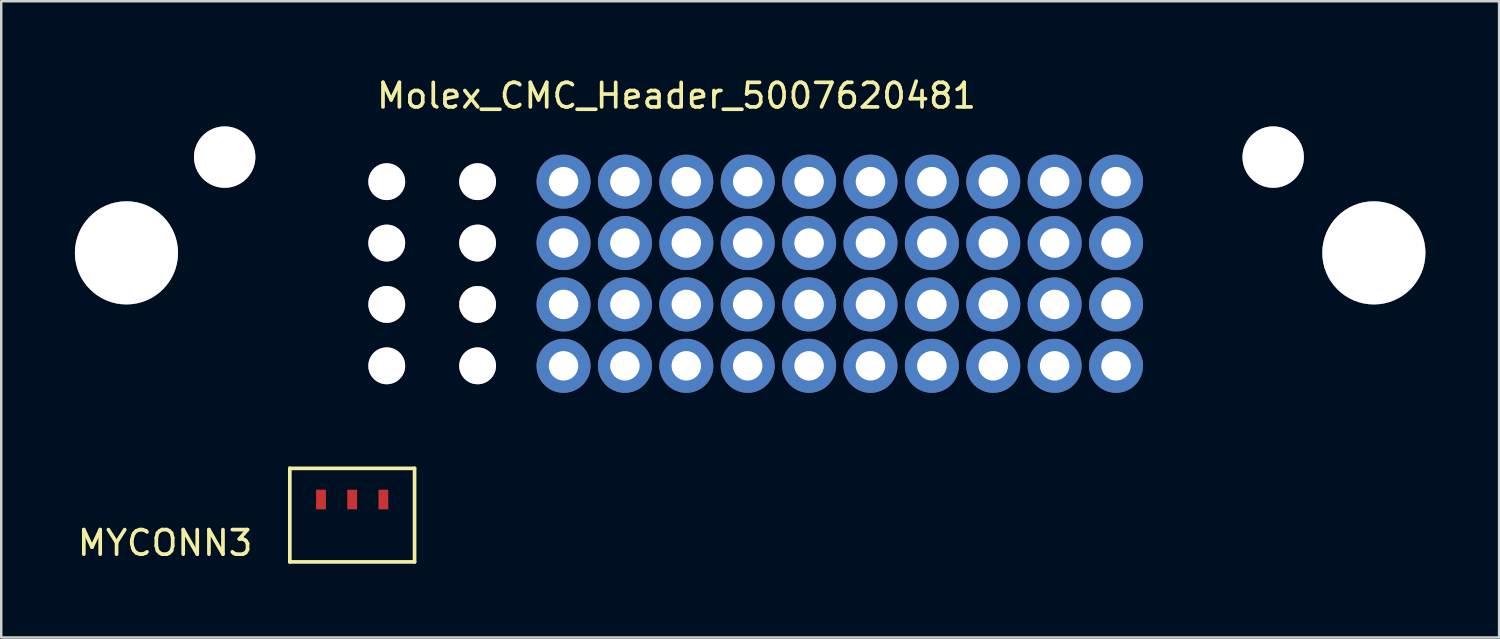
<source format=kicad_pcb>
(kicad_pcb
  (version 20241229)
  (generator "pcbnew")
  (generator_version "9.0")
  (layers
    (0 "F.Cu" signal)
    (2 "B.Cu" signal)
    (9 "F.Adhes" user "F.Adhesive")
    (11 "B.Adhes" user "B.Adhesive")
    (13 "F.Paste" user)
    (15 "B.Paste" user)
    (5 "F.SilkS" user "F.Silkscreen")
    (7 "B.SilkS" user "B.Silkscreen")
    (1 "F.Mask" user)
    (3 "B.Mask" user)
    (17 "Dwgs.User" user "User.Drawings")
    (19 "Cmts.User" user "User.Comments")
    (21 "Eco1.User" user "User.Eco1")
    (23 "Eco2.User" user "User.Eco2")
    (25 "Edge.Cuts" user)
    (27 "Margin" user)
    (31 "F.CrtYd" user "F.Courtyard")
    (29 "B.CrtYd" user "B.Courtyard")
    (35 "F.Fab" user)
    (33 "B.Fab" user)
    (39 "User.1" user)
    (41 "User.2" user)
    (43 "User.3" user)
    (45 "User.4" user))
  (footprint "MYCONN3"
    (layer "F.Cu")
    (at 3.673 18.563)
    (property "Reference" "MYCONN3" (at 0 0.5 0) (layer "F.SilkS") (effects (font (size 1 1) (thickness 0.15))))
    (attr through_hole)
    (fp_line (start 5.08 -2.54) (end 10.16 -2.54) (stroke (width 0.15) (type solid)) (layer "F.SilkS"))
    (fp_line (start 5.08 1.27) (end 5.08 -2.54) (stroke (width 0.15) (type solid)) (layer "F.SilkS"))
    (fp_line (start 10.16 -2.54) (end 10.16 1.27) (stroke (width 0.15) (type solid)) (layer "F.SilkS"))
    (fp_line (start 10.16 1.27) (end 5.08 1.27) (stroke (width 0.15) (type solid)) (layer "F.SilkS"))
    (pad "1" smd rect (at 6.35 -1.27) (size 0.4 0.8) (layers "F.Cu" "F.Mask" "F.Paste"))
    (pad "2" smd rect (at 7.62 -1.27) (size 0.4 0.8) (layers "F.Cu" "F.Mask" "F.Paste"))
    (pad "3" smd rect (at 8.89 -1.27) (size 0.4 0.8) (layers "F.Cu" "F.Mask" "F.Paste")))
  (footprint "Molex_CMC_Header_5007620481"
    (layer "F.Cu")
    (at 24.4 2.348)
    (property "Reference" "Molex_CMC_Header_5007620481" (at 0.1 -1.5 0) (layer "F.SilkS") (effects (font (size 1 1) (thickness 0.15))))
    (attr through_hole)
    (pad "1" thru_hole circle (at -4.5 2) (size 2.2 2.2) (drill 1.2) (layers "*.Cu" "*.Mask"))
    (pad "2" thru_hole circle (at -4.5 4.5) (size 2.2 2.2) (drill 1.2) (layers "*.Cu" "*.Mask"))
    (pad "3" thru_hole circle (at -4.5 7) (size 2.2 2.2) (drill 1.2) (layers "*.Cu" "*.Mask"))
    (pad "4" thru_hole circle (at -4.5 9.5) (size 2.2 2.2) (drill 1.2) (layers "*.Cu" "*.Mask"))
    (pad "5" thru_hole circle (at -2 2) (size 2.2 2.2) (drill 1.2) (layers "*.Cu" "*.Mask"))
    (pad "6" thru_hole circle (at -2 4.5) (size 2.2 2.2) (drill 1.2) (layers "*.Cu" "*.Mask"))
    (pad "7" thru_hole circle (at -2 7) (size 2.2 2.2) (drill 1.2) (layers "*.Cu" "*.Mask"))
    (pad "8" thru_hole circle (at -2 9.5) (size 2.2 2.2) (drill 1.2) (layers "*.Cu" "*.Mask"))
    (pad "9" thru_hole circle (at 0.5 2) (size 2.2 2.2) (drill 1.2) (layers "*.Cu" "*.Mask"))
    (pad "10" thru_hole circle (at 0.5 4.5) (size 2.2 2.2) (drill 1.2) (layers "*.Cu" "*.Mask"))
    (pad "11" thru_hole circle (at 0.5 7) (size 2.2 2.2) (drill 1.2) (layers "*.Cu" "*.Mask"))
    (pad "12" thru_hole circle (at 0.5 9.5) (size 2.2 2.2) (drill 1.2) (layers "*.Cu" "*.Mask"))
    (pad "13" thru_hole circle (at 3 2) (size 2.2 2.2) (drill 1.2) (layers "*.Cu" "*.Mask"))
    (pad "14" thru_hole circle (at 3 4.5) (size 2.2 2.2) (drill 1.2) (layers "*.Cu" "*.Mask"))
    (pad "15" thru_hole circle (at 3 7) (size 2.2 2.2) (drill 1.2) (layers "*.Cu" "*.Mask"))
    (pad "16" thru_hole circle (at 3 9.5) (size 2.2 2.2) (drill 1.2) (layers "*.Cu" "*.Mask"))
    (pad "17" thru_hole circle (at 5.5 2) (size 2.2 2.2) (drill 1.2) (layers "*.Cu" "*.Mask"))
    (pad "18" thru_hole circle (at 5.5 4.5) (size 2.2 2.2) (drill 1.2) (layers "*.Cu" "*.Mask"))
    (pad "19" thru_hole circle (at 5.5 7) (size 2.2 2.2) (drill 1.2) (layers "*.Cu" "*.Mask"))
    (pad "20" thru_hole circle (at 5.5 9.5) (size 2.2 2.2) (drill 1.2) (layers "*.Cu" "*.Mask"))
    (pad "21" thru_hole circle (at 8 2) (size 2.2 2.2) (drill 1.2) (layers "*.Cu" "*.Mask"))
    (pad "22" thru_hole circle (at 8 4.5) (size 2.2 2.2) (drill 1.2) (layers "*.Cu" "*.Mask"))
    (pad "23" thru_hole circle (at 8 7) (size 2.2 2.2) (drill 1.2) (layers "*.Cu" "*.Mask"))
    (pad "24" thru_hole circle (at 8 9.5) (size 2.2 2.2) (drill 1.2) (layers "*.Cu" "*.Mask"))
    (pad "25" thru_hole circle (at 10.5 2) (size 2.2 2.2) (drill 1.2) (layers "*.Cu" "*.Mask"))
    (pad "26" thru_hole circle (at 10.5 4.5) (size 2.2 2.2) (drill 1.2) (layers "*.Cu" "*.Mask"))
    (pad "27" thru_hole circle (at 10.5 7) (size 2.2 2.2) (drill 1.2) (layers "*.Cu" "*.Mask"))
    (pad "28" thru_hole circle (at 10.5 9.5) (size 2.2 2.2) (drill 1.2) (layers "*.Cu" "*.Mask"))
    (pad "29" thru_hole circle (at 13 2) (size 2.2 2.2) (drill 1.2) (layers "*.Cu" "*.Mask"))
    (pad "30" thru_hole circle (at 13 4.5) (size 2.2 2.2) (drill 1.2) (layers "*.Cu" "*.Mask"))
    (pad "31" thru_hole circle (at 13 7) (size 2.2 2.2) (drill 1.2) (layers "*.Cu" "*.Mask"))
    (pad "32" thru_hole circle (at 13 9.5) (size 2.2 2.2) (drill 1.2) (layers "*.Cu" "*.Mask"))
    (pad "33" thru_hole circle (at 15.5 2) (size 2.2 2.2) (drill 1.2) (layers "*.Cu" "*.Mask"))
    (pad "34" thru_hole circle (at 15.5 4.5) (size 2.2 2.2) (drill 1.2) (layers "*.Cu" "*.Mask"))
    (pad "35" thru_hole circle (at 15.5 7) (size 2.2 2.2) (drill 1.2) (layers "*.Cu" "*.Mask"))
    (pad "36" thru_hole circle (at 15.5 9.5) (size 2.2 2.2) (drill 1.2) (layers "*.Cu" "*.Mask"))
    (pad "37" thru_hole circle (at 18 2) (size 2.2 2.2) (drill 1.2) (layers "*.Cu" "*.Mask"))
    (pad "38" thru_hole circle (at 18 4.5) (size 2.2 2.2) (drill 1.2) (layers "*.Cu" "*.Mask"))
    (pad "39" thru_hole circle (at 18 7) (size 2.2 2.2) (drill 1.2) (layers "*.Cu" "*.Mask"))
    (pad "40" thru_hole circle (at 18 9.5) (size 2.2 2.2) (drill 1.2) (layers "*.Cu" "*.Mask"))
    (pad "41" thru_hole circle (at -8 2) (size 1.5 1.5) (drill 1.5) (layers "*.Cu" "*.Mask"))
    (pad "42" thru_hole circle (at -8 4.5) (size 1.5 1.5) (drill 1.5) (layers "*.Cu" "*.Mask"))
    (pad "43" thru_hole circle (at -8 7) (size 1.5 1.5) (drill 1.5) (layers "*.Cu" "*.Mask"))
    (pad "44" thru_hole circle (at -8 9.5) (size 1.5 1.5) (drill 1.5) (layers "*.Cu" "*.Mask"))
    (pad "45" thru_hole circle (at -11.7 2) (size 1.5 1.5) (drill 1.5) (layers "*.Cu" "*.Mask"))
    (pad "46" thru_hole circle (at -11.7 4.5) (size 1.5 1.5) (drill 1.5) (layers "*.Cu" "*.Mask"))
    (pad "47" thru_hole circle (at -11.7 7) (size 1.5 1.5) (drill 1.5) (layers "*.Cu" "*.Mask"))
    (pad "48" thru_hole circle (at -11.7 9.5) (size 1.5 1.5) (drill 1.5) (layers "*.Cu" "*.Mask"))
    (pad "49" thru_hole circle (at 28.5 4.9) (size 4.2 4.2) (drill 4.2) (layers "*.Cu" "*.Mask"))
    (pad "50" thru_hole circle (at -22.3 4.9) (size 4.2 4.2) (drill 4.2) (layers "*.Cu" "*.Mask"))
    (pad "51" thru_hole circle (at 24.4 1) (size 2.5 2.5) (drill 2.5) (layers "*.Cu" "*.Mask"))
    (pad "52" thru_hole circle (at -18.3 1) (size 2.5 2.5) (drill 2.5) (layers "*.Cu" "*.Mask")))
  (gr_rect
    (start -3 -3)
    (end 58 22.912)
    (stroke (width 0.1) (type default))
    (fill no)
    (layer "Edge.Cuts")))
</source>
